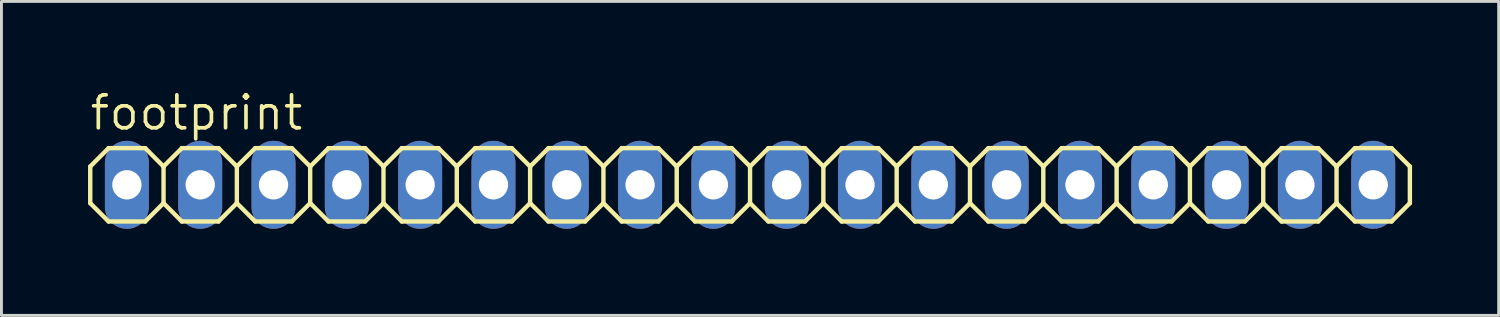
<source format=kicad_pcb>
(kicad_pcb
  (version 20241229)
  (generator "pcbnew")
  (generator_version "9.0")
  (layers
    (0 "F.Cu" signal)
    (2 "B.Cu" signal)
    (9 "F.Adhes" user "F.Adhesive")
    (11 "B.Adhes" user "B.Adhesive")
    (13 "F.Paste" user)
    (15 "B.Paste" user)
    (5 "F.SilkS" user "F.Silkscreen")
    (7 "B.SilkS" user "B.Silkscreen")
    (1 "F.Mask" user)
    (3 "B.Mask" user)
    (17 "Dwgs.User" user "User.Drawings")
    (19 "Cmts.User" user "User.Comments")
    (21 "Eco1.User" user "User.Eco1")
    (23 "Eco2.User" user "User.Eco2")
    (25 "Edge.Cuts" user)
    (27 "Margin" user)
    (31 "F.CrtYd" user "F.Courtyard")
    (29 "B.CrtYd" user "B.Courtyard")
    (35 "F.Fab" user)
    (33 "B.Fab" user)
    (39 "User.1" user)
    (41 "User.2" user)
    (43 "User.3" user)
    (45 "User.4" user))
  (footprint "footprint"
    (layer "F.Cu")
    (at 22.936 3.353)
    (property "Reference" "footprint" (at -22.936 -1.829 0) (layer "F.SilkS") (effects (font (size 1.143 1.143) (thickness 0.127)) (justify left bottom)))
    (fp_line (start -22.86 -0.635) (end -22.86 0.635) (stroke (width 0.152) (type solid)) (layer "F.SilkS"))
    (fp_line (start -22.86 0.635) (end -22.225 1.27) (stroke (width 0.152) (type solid)) (layer "F.SilkS"))
    (fp_line (start -22.225 -1.27) (end -22.86 -0.635) (stroke (width 0.152) (type solid)) (layer "F.SilkS"))
    (fp_line (start -22.225 -1.27) (end -20.955 -1.27) (stroke (width 0.152) (type solid)) (layer "F.SilkS"))
    (fp_line (start -20.955 -1.27) (end -20.32 -0.635) (stroke (width 0.152) (type solid)) (layer "F.SilkS"))
    (fp_line (start -20.955 1.27) (end -22.225 1.27) (stroke (width 0.152) (type solid)) (layer "F.SilkS"))
    (fp_line (start -20.32 -0.635) (end -20.32 0.635) (stroke (width 0.152) (type solid)) (layer "F.SilkS"))
    (fp_line (start -20.32 -0.635) (end -19.685 -1.27) (stroke (width 0.152) (type solid)) (layer "F.SilkS"))
    (fp_line (start -20.32 0.635) (end -20.955 1.27) (stroke (width 0.152) (type solid)) (layer "F.SilkS"))
    (fp_line (start -19.685 -1.27) (end -18.415 -1.27) (stroke (width 0.152) (type solid)) (layer "F.SilkS"))
    (fp_line (start -19.685 1.27) (end -20.32 0.635) (stroke (width 0.152) (type solid)) (layer "F.SilkS"))
    (fp_line (start -18.415 -1.27) (end -17.78 -0.635) (stroke (width 0.152) (type solid)) (layer "F.SilkS"))
    (fp_line (start -18.415 1.27) (end -19.685 1.27) (stroke (width 0.152) (type solid)) (layer "F.SilkS"))
    (fp_line (start -17.78 -0.635) (end -17.78 0.635) (stroke (width 0.152) (type solid)) (layer "F.SilkS"))
    (fp_line (start -17.78 -0.635) (end -17.145 -1.27) (stroke (width 0.152) (type solid)) (layer "F.SilkS"))
    (fp_line (start -17.78 0.635) (end -18.415 1.27) (stroke (width 0.152) (type solid)) (layer "F.SilkS"))
    (fp_line (start -17.145 -1.27) (end -15.875 -1.27) (stroke (width 0.152) (type solid)) (layer "F.SilkS"))
    (fp_line (start -17.145 1.27) (end -17.78 0.635) (stroke (width 0.152) (type solid)) (layer "F.SilkS"))
    (fp_line (start -15.875 -1.27) (end -15.24 -0.635) (stroke (width 0.152) (type solid)) (layer "F.SilkS"))
    (fp_line (start -15.875 1.27) (end -17.145 1.27) (stroke (width 0.152) (type solid)) (layer "F.SilkS"))
    (fp_line (start -15.24 -0.635) (end -15.24 0.635) (stroke (width 0.152) (type solid)) (layer "F.SilkS"))
    (fp_line (start -15.24 0.635) (end -15.875 1.27) (stroke (width 0.152) (type solid)) (layer "F.SilkS"))
    (fp_line (start -15.24 0.635) (end -14.605 1.27) (stroke (width 0.152) (type solid)) (layer "F.SilkS"))
    (fp_line (start -14.605 -1.27) (end -15.24 -0.635) (stroke (width 0.152) (type solid)) (layer "F.SilkS"))
    (fp_line (start -14.605 -1.27) (end -13.335 -1.27) (stroke (width 0.152) (type solid)) (layer "F.SilkS"))
    (fp_line (start -13.335 -1.27) (end -12.7 -0.635) (stroke (width 0.152) (type solid)) (layer "F.SilkS"))
    (fp_line (start -13.335 1.27) (end -14.605 1.27) (stroke (width 0.152) (type solid)) (layer "F.SilkS"))
    (fp_line (start -12.7 -0.635) (end -12.7 0.635) (stroke (width 0.152) (type solid)) (layer "F.SilkS"))
    (fp_line (start -12.7 -0.635) (end -12.065 -1.27) (stroke (width 0.152) (type solid)) (layer "F.SilkS"))
    (fp_line (start -12.7 0.635) (end -13.335 1.27) (stroke (width 0.152) (type solid)) (layer "F.SilkS"))
    (fp_line (start -12.065 -1.27) (end -10.795 -1.27) (stroke (width 0.152) (type solid)) (layer "F.SilkS"))
    (fp_line (start -12.065 1.27) (end -12.7 0.635) (stroke (width 0.152) (type solid)) (layer "F.SilkS"))
    (fp_line (start -10.795 -1.27) (end -10.16 -0.635) (stroke (width 0.152) (type solid)) (layer "F.SilkS"))
    (fp_line (start -10.795 1.27) (end -12.065 1.27) (stroke (width 0.152) (type solid)) (layer "F.SilkS"))
    (fp_line (start -10.16 -0.635) (end -10.16 0.635) (stroke (width 0.152) (type solid)) (layer "F.SilkS"))
    (fp_line (start -10.16 -0.635) (end -9.525 -1.27) (stroke (width 0.152) (type solid)) (layer "F.SilkS"))
    (fp_line (start -10.16 0.635) (end -10.795 1.27) (stroke (width 0.152) (type solid)) (layer "F.SilkS"))
    (fp_line (start -9.525 -1.27) (end -8.255 -1.27) (stroke (width 0.152) (type solid)) (layer "F.SilkS"))
    (fp_line (start -9.525 1.27) (end -10.16 0.635) (stroke (width 0.152) (type solid)) (layer "F.SilkS"))
    (fp_line (start -8.255 -1.27) (end -7.62 -0.635) (stroke (width 0.152) (type solid)) (layer "F.SilkS"))
    (fp_line (start -8.255 1.27) (end -9.525 1.27) (stroke (width 0.152) (type solid)) (layer "F.SilkS"))
    (fp_line (start -7.62 -0.635) (end -7.62 0.635) (stroke (width 0.152) (type solid)) (layer "F.SilkS"))
    (fp_line (start -7.62 0.635) (end -8.255 1.27) (stroke (width 0.152) (type solid)) (layer "F.SilkS"))
    (fp_line (start -7.62 0.635) (end -6.985 1.27) (stroke (width 0.152) (type solid)) (layer "F.SilkS"))
    (fp_line (start -6.985 -1.27) (end -7.62 -0.635) (stroke (width 0.152) (type solid)) (layer "F.SilkS"))
    (fp_line (start -6.985 -1.27) (end -5.715 -1.27) (stroke (width 0.152) (type solid)) (layer "F.SilkS"))
    (fp_line (start -5.715 -1.27) (end -5.08 -0.635) (stroke (width 0.152) (type solid)) (layer "F.SilkS"))
    (fp_line (start -5.715 1.27) (end -6.985 1.27) (stroke (width 0.152) (type solid)) (layer "F.SilkS"))
    (fp_line (start -5.08 -0.635) (end -5.08 0.635) (stroke (width 0.152) (type solid)) (layer "F.SilkS"))
    (fp_line (start -5.08 -0.635) (end -4.445 -1.27) (stroke (width 0.152) (type solid)) (layer "F.SilkS"))
    (fp_line (start -5.08 0.635) (end -5.715 1.27) (stroke (width 0.152) (type solid)) (layer "F.SilkS"))
    (fp_line (start -4.445 -1.27) (end -3.175 -1.27) (stroke (width 0.152) (type solid)) (layer "F.SilkS"))
    (fp_line (start -4.445 1.27) (end -5.08 0.635) (stroke (width 0.152) (type solid)) (layer "F.SilkS"))
    (fp_line (start -3.175 -1.27) (end -2.54 -0.635) (stroke (width 0.152) (type solid)) (layer "F.SilkS"))
    (fp_line (start -3.175 1.27) (end -4.445 1.27) (stroke (width 0.152) (type solid)) (layer "F.SilkS"))
    (fp_line (start -2.54 -0.635) (end -2.54 0.635) (stroke (width 0.152) (type solid)) (layer "F.SilkS"))
    (fp_line (start -2.54 -0.635) (end -1.905 -1.27) (stroke (width 0.152) (type solid)) (layer "F.SilkS"))
    (fp_line (start -2.54 0.635) (end -3.175 1.27) (stroke (width 0.152) (type solid)) (layer "F.SilkS"))
    (fp_line (start -1.905 -1.27) (end -0.635 -1.27) (stroke (width 0.152) (type solid)) (layer "F.SilkS"))
    (fp_line (start -1.905 1.27) (end -2.54 0.635) (stroke (width 0.152) (type solid)) (layer "F.SilkS"))
    (fp_line (start -0.635 -1.27) (end 0 -0.635) (stroke (width 0.152) (type solid)) (layer "F.SilkS"))
    (fp_line (start -0.635 1.27) (end -1.905 1.27) (stroke (width 0.152) (type solid)) (layer "F.SilkS"))
    (fp_line (start 0 -0.635) (end 0 0.635) (stroke (width 0.152) (type solid)) (layer "F.SilkS"))
    (fp_line (start 0 0.635) (end -0.635 1.27) (stroke (width 0.152) (type solid)) (layer "F.SilkS"))
    (fp_line (start 0 0.635) (end 0.635 1.27) (stroke (width 0.152) (type solid)) (layer "F.SilkS"))
    (fp_line (start 0.635 -1.27) (end 0 -0.635) (stroke (width 0.152) (type solid)) (layer "F.SilkS"))
    (fp_line (start 0.635 -1.27) (end 1.905 -1.27) (stroke (width 0.152) (type solid)) (layer "F.SilkS"))
    (fp_line (start 1.905 -1.27) (end 2.54 -0.635) (stroke (width 0.152) (type solid)) (layer "F.SilkS"))
    (fp_line (start 1.905 1.27) (end 0.635 1.27) (stroke (width 0.152) (type solid)) (layer "F.SilkS"))
    (fp_line (start 2.54 -0.635) (end 2.54 0.635) (stroke (width 0.152) (type solid)) (layer "F.SilkS"))
    (fp_line (start 2.54 -0.635) (end 3.175 -1.27) (stroke (width 0.152) (type solid)) (layer "F.SilkS"))
    (fp_line (start 2.54 0.635) (end 1.905 1.27) (stroke (width 0.152) (type solid)) (layer "F.SilkS"))
    (fp_line (start 3.175 -1.27) (end 4.445 -1.27) (stroke (width 0.152) (type solid)) (layer "F.SilkS"))
    (fp_line (start 3.175 1.27) (end 2.54 0.635) (stroke (width 0.152) (type solid)) (layer "F.SilkS"))
    (fp_line (start 4.445 -1.27) (end 5.08 -0.635) (stroke (width 0.152) (type solid)) (layer "F.SilkS"))
    (fp_line (start 4.445 1.27) (end 3.175 1.27) (stroke (width 0.152) (type solid)) (layer "F.SilkS"))
    (fp_line (start 5.08 -0.635) (end 5.08 0.635) (stroke (width 0.152) (type solid)) (layer "F.SilkS"))
    (fp_line (start 5.08 -0.635) (end 5.715 -1.27) (stroke (width 0.152) (type solid)) (layer "F.SilkS"))
    (fp_line (start 5.08 0.635) (end 4.445 1.27) (stroke (width 0.152) (type solid)) (layer "F.SilkS"))
    (fp_line (start 5.715 -1.27) (end 6.985 -1.27) (stroke (width 0.152) (type solid)) (layer "F.SilkS"))
    (fp_line (start 5.715 1.27) (end 5.08 0.635) (stroke (width 0.152) (type solid)) (layer "F.SilkS"))
    (fp_line (start 6.985 -1.27) (end 7.62 -0.635) (stroke (width 0.152) (type solid)) (layer "F.SilkS"))
    (fp_line (start 6.985 1.27) (end 5.715 1.27) (stroke (width 0.152) (type solid)) (layer "F.SilkS"))
    (fp_line (start 7.62 -0.635) (end 7.62 0.635) (stroke (width 0.152) (type solid)) (layer "F.SilkS"))
    (fp_line (start 7.62 0.635) (end 6.985 1.27) (stroke (width 0.152) (type solid)) (layer "F.SilkS"))
    (fp_line (start 7.62 0.635) (end 8.255 1.27) (stroke (width 0.152) (type solid)) (layer "F.SilkS"))
    (fp_line (start 8.255 -1.27) (end 7.62 -0.635) (stroke (width 0.152) (type solid)) (layer "F.SilkS"))
    (fp_line (start 8.255 -1.27) (end 9.525 -1.27) (stroke (width 0.152) (type solid)) (layer "F.SilkS"))
    (fp_line (start 9.525 -1.27) (end 10.16 -0.635) (stroke (width 0.152) (type solid)) (layer "F.SilkS"))
    (fp_line (start 9.525 1.27) (end 8.255 1.27) (stroke (width 0.152) (type solid)) (layer "F.SilkS"))
    (fp_line (start 10.16 -0.635) (end 10.16 0.635) (stroke (width 0.152) (type solid)) (layer "F.SilkS"))
    (fp_line (start 10.16 -0.635) (end 10.795 -1.27) (stroke (width 0.152) (type solid)) (layer "F.SilkS"))
    (fp_line (start 10.16 0.635) (end 9.525 1.27) (stroke (width 0.152) (type solid)) (layer "F.SilkS"))
    (fp_line (start 10.795 -1.27) (end 12.065 -1.27) (stroke (width 0.152) (type solid)) (layer "F.SilkS"))
    (fp_line (start 10.795 1.27) (end 10.16 0.635) (stroke (width 0.152) (type solid)) (layer "F.SilkS"))
    (fp_line (start 12.065 -1.27) (end 12.7 -0.635) (stroke (width 0.152) (type solid)) (layer "F.SilkS"))
    (fp_line (start 12.065 1.27) (end 10.795 1.27) (stroke (width 0.152) (type solid)) (layer "F.SilkS"))
    (fp_line (start 12.7 -0.635) (end 12.7 0.635) (stroke (width 0.152) (type solid)) (layer "F.SilkS"))
    (fp_line (start 12.7 -0.635) (end 13.335 -1.27) (stroke (width 0.152) (type solid)) (layer "F.SilkS"))
    (fp_line (start 12.7 0.635) (end 12.065 1.27) (stroke (width 0.152) (type solid)) (layer "F.SilkS"))
    (fp_line (start 13.335 -1.27) (end 14.605 -1.27) (stroke (width 0.152) (type solid)) (layer "F.SilkS"))
    (fp_line (start 13.335 1.27) (end 12.7 0.635) (stroke (width 0.152) (type solid)) (layer "F.SilkS"))
    (fp_line (start 14.605 -1.27) (end 15.24 -0.635) (stroke (width 0.152) (type solid)) (layer "F.SilkS"))
    (fp_line (start 14.605 1.27) (end 13.335 1.27) (stroke (width 0.152) (type solid)) (layer "F.SilkS"))
    (fp_line (start 15.24 -0.635) (end 15.24 0.635) (stroke (width 0.152) (type solid)) (layer "F.SilkS"))
    (fp_line (start 15.24 0.635) (end 14.605 1.27) (stroke (width 0.152) (type solid)) (layer "F.SilkS"))
    (fp_line (start 15.24 0.635) (end 15.875 1.27) (stroke (width 0.152) (type solid)) (layer "F.SilkS"))
    (fp_line (start 15.875 -1.27) (end 15.24 -0.635) (stroke (width 0.152) (type solid)) (layer "F.SilkS"))
    (fp_line (start 15.875 -1.27) (end 17.145 -1.27) (stroke (width 0.152) (type solid)) (layer "F.SilkS"))
    (fp_line (start 17.145 -1.27) (end 17.78 -0.635) (stroke (width 0.152) (type solid)) (layer "F.SilkS"))
    (fp_line (start 17.145 1.27) (end 15.875 1.27) (stroke (width 0.152) (type solid)) (layer "F.SilkS"))
    (fp_line (start 17.78 -0.635) (end 17.78 0.635) (stroke (width 0.152) (type solid)) (layer "F.SilkS"))
    (fp_line (start 17.78 -0.635) (end 18.415 -1.27) (stroke (width 0.152) (type solid)) (layer "F.SilkS"))
    (fp_line (start 17.78 0.635) (end 17.145 1.27) (stroke (width 0.152) (type solid)) (layer "F.SilkS"))
    (fp_line (start 18.415 -1.27) (end 19.685 -1.27) (stroke (width 0.152) (type solid)) (layer "F.SilkS"))
    (fp_line (start 18.415 1.27) (end 17.78 0.635) (stroke (width 0.152) (type solid)) (layer "F.SilkS"))
    (fp_line (start 19.685 -1.27) (end 20.32 -0.635) (stroke (width 0.152) (type solid)) (layer "F.SilkS"))
    (fp_line (start 19.685 1.27) (end 18.415 1.27) (stroke (width 0.152) (type solid)) (layer "F.SilkS"))
    (fp_line (start 20.32 -0.635) (end 20.32 0.635) (stroke (width 0.152) (type solid)) (layer "F.SilkS"))
    (fp_line (start 20.32 -0.635) (end 20.955 -1.27) (stroke (width 0.152) (type solid)) (layer "F.SilkS"))
    (fp_line (start 20.32 0.635) (end 19.685 1.27) (stroke (width 0.152) (type solid)) (layer "F.SilkS"))
    (fp_line (start 20.955 -1.27) (end 22.225 -1.27) (stroke (width 0.152) (type solid)) (layer "F.SilkS"))
    (fp_line (start 20.955 1.27) (end 20.32 0.635) (stroke (width 0.152) (type solid)) (layer "F.SilkS"))
    (fp_line (start 22.225 -1.27) (end 22.86 -0.635) (stroke (width 0.152) (type solid)) (layer "F.SilkS"))
    (fp_line (start 22.225 1.27) (end 20.955 1.27) (stroke (width 0.152) (type solid)) (layer "F.SilkS"))
    (fp_line (start 22.86 -0.635) (end 22.86 0.635) (stroke (width 0.152) (type solid)) (layer "F.SilkS"))
    (fp_line (start 22.86 0.635) (end 22.225 1.27) (stroke (width 0.152) (type solid)) (layer "F.SilkS"))
    (fp_poly (pts (xy -21.844 0.254) (xy -21.336 0.254) (xy -21.336 -0.254) (xy -21.844 -0.254)) (stroke (width 0.1) (type solid)) (fill no) (layer "F.Fab"))
    (fp_poly (pts (xy -19.304 0.254) (xy -18.796 0.254) (xy -18.796 -0.254) (xy -19.304 -0.254)) (stroke (width 0.1) (type solid)) (fill no) (layer "F.Fab"))
    (fp_poly (pts (xy -16.764 0.254) (xy -16.256 0.254) (xy -16.256 -0.254) (xy -16.764 -0.254)) (stroke (width 0.1) (type solid)) (fill no) (layer "F.Fab"))
    (fp_poly (pts (xy -14.224 0.254) (xy -13.716 0.254) (xy -13.716 -0.254) (xy -14.224 -0.254)) (stroke (width 0.1) (type solid)) (fill no) (layer "F.Fab"))
    (fp_poly (pts (xy -11.684 0.254) (xy -11.176 0.254) (xy -11.176 -0.254) (xy -11.684 -0.254)) (stroke (width 0.1) (type solid)) (fill no) (layer "F.Fab"))
    (fp_poly (pts (xy -9.144 0.254) (xy -8.636 0.254) (xy -8.636 -0.254) (xy -9.144 -0.254)) (stroke (width 0.1) (type solid)) (fill no) (layer "F.Fab"))
    (fp_poly (pts (xy -6.604 0.254) (xy -6.096 0.254) (xy -6.096 -0.254) (xy -6.604 -0.254)) (stroke (width 0.1) (type solid)) (fill no) (layer "F.Fab"))
    (fp_poly (pts (xy -4.064 0.254) (xy -3.556 0.254) (xy -3.556 -0.254) (xy -4.064 -0.254)) (stroke (width 0.1) (type solid)) (fill no) (layer "F.Fab"))
    (fp_poly (pts (xy -1.524 0.254) (xy -1.016 0.254) (xy -1.016 -0.254) (xy -1.524 -0.254)) (stroke (width 0.1) (type solid)) (fill no) (layer "F.Fab"))
    (fp_poly (pts (xy 1.016 0.254) (xy 1.524 0.254) (xy 1.524 -0.254) (xy 1.016 -0.254)) (stroke (width 0.1) (type solid)) (fill no) (layer "F.Fab"))
    (fp_poly (pts (xy 3.556 0.254) (xy 4.064 0.254) (xy 4.064 -0.254) (xy 3.556 -0.254)) (stroke (width 0.1) (type solid)) (fill no) (layer "F.Fab"))
    (fp_poly (pts (xy 6.096 0.254) (xy 6.604 0.254) (xy 6.604 -0.254) (xy 6.096 -0.254)) (stroke (width 0.1) (type solid)) (fill no) (layer "F.Fab"))
    (fp_poly (pts (xy 8.636 0.254) (xy 9.144 0.254) (xy 9.144 -0.254) (xy 8.636 -0.254)) (stroke (width 0.1) (type solid)) (fill no) (layer "F.Fab"))
    (fp_poly (pts (xy 11.176 0.254) (xy 11.684 0.254) (xy 11.684 -0.254) (xy 11.176 -0.254)) (stroke (width 0.1) (type solid)) (fill no) (layer "F.Fab"))
    (fp_poly (pts (xy 13.716 0.254) (xy 14.224 0.254) (xy 14.224 -0.254) (xy 13.716 -0.254)) (stroke (width 0.1) (type solid)) (fill no) (layer "F.Fab"))
    (fp_poly (pts (xy 16.256 0.254) (xy 16.764 0.254) (xy 16.764 -0.254) (xy 16.256 -0.254)) (stroke (width 0.1) (type solid)) (fill no) (layer "F.Fab"))
    (fp_poly (pts (xy 18.796 0.254) (xy 19.304 0.254) (xy 19.304 -0.254) (xy 18.796 -0.254)) (stroke (width 0.1) (type solid)) (fill no) (layer "F.Fab"))
    (fp_poly (pts (xy 21.336 0.254) (xy 21.844 0.254) (xy 21.844 -0.254) (xy 21.336 -0.254)) (stroke (width 0.1) (type solid)) (fill no) (layer "F.Fab"))
    (pad "1" thru_hole oval (at -21.59 0 90) (size 3.048 1.524) (drill 1.016) (layers "*.Cu" "*.Mask"))
    (pad "2" thru_hole oval (at -19.05 0 90) (size 3.048 1.524) (drill 1.016) (layers "*.Cu" "*.Mask"))
    (pad "3" thru_hole oval (at -16.51 0 90) (size 3.048 1.524) (drill 1.016) (layers "*.Cu" "*.Mask"))
    (pad "4" thru_hole oval (at -13.97 0 90) (size 3.048 1.524) (drill 1.016) (layers "*.Cu" "*.Mask"))
    (pad "5" thru_hole oval (at -11.43 0 90) (size 3.048 1.524) (drill 1.016) (layers "*.Cu" "*.Mask"))
    (pad "6" thru_hole oval (at -8.89 0 90) (size 3.048 1.524) (drill 1.016) (layers "*.Cu" "*.Mask"))
    (pad "7" thru_hole oval (at -6.35 0 90) (size 3.048 1.524) (drill 1.016) (layers "*.Cu" "*.Mask"))
    (pad "8" thru_hole oval (at -3.81 0 90) (size 3.048 1.524) (drill 1.016) (layers "*.Cu" "*.Mask"))
    (pad "9" thru_hole oval (at -1.27 0 90) (size 3.048 1.524) (drill 1.016) (layers "*.Cu" "*.Mask"))
    (pad "10" thru_hole oval (at 1.27 0 90) (size 3.048 1.524) (drill 1.016) (layers "*.Cu" "*.Mask"))
    (pad "11" thru_hole oval (at 3.81 0 90) (size 3.048 1.524) (drill 1.016) (layers "*.Cu" "*.Mask"))
    (pad "12" thru_hole oval (at 6.35 0 90) (size 3.048 1.524) (drill 1.016) (layers "*.Cu" "*.Mask"))
    (pad "13" thru_hole oval (at 8.89 0 90) (size 3.048 1.524) (drill 1.016) (layers "*.Cu" "*.Mask"))
    (pad "14" thru_hole oval (at 11.43 0 90) (size 3.048 1.524) (drill 1.016) (layers "*.Cu" "*.Mask"))
    (pad "15" thru_hole oval (at 13.97 0 90) (size 3.048 1.524) (drill 1.016) (layers "*.Cu" "*.Mask"))
    (pad "16" thru_hole oval (at 16.51 0 90) (size 3.048 1.524) (drill 1.016) (layers "*.Cu" "*.Mask"))
    (pad "17" thru_hole oval (at 19.05 0 90) (size 3.048 1.524) (drill 1.016) (layers "*.Cu" "*.Mask"))
    (pad "18" thru_hole oval (at 21.59 0 90) (size 3.048 1.524) (drill 1.016) (layers "*.Cu" "*.Mask")))
  (gr_rect
    (start -3 -3)
    (end 48.872 7.877)
    (stroke (width 0.1) (type default))
    (fill no)
    (layer "Edge.Cuts")))
</source>
